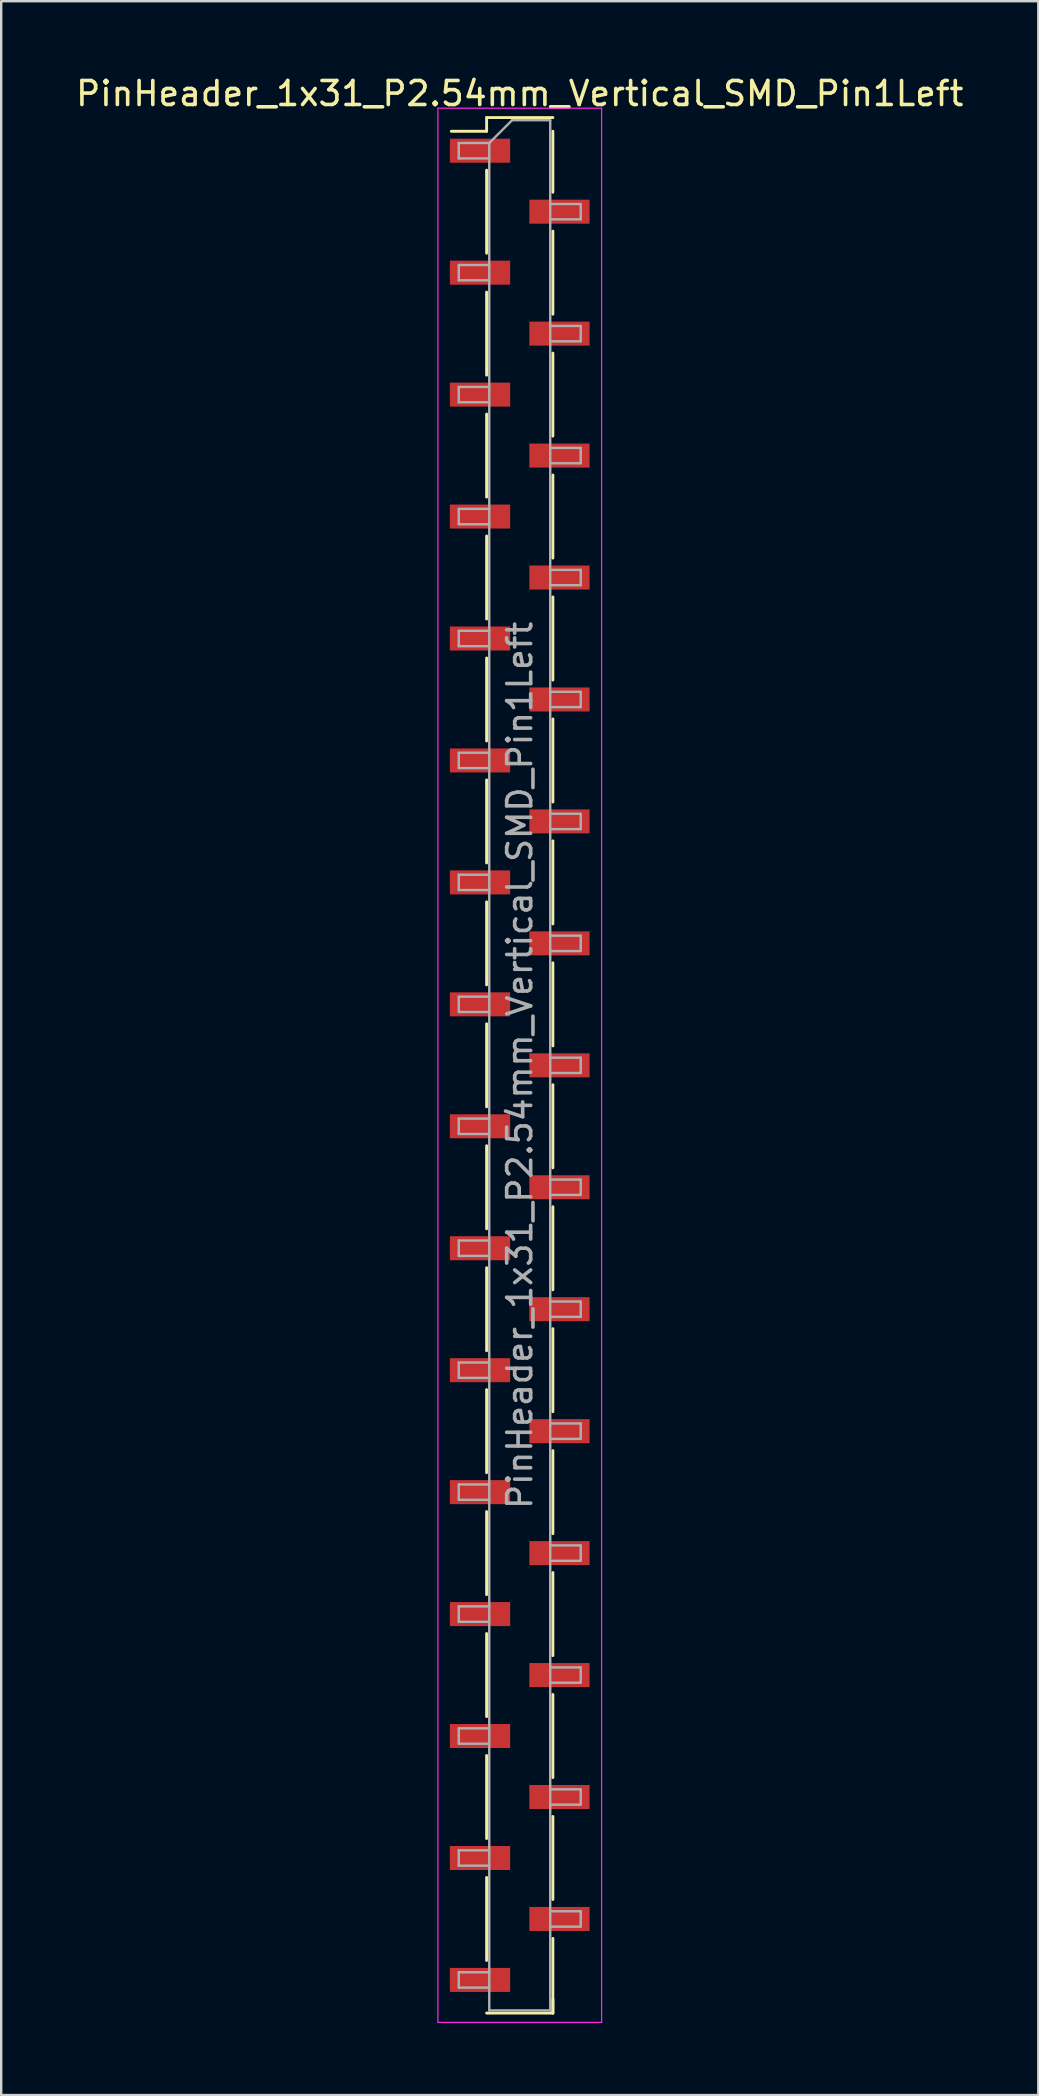
<source format=kicad_pcb>
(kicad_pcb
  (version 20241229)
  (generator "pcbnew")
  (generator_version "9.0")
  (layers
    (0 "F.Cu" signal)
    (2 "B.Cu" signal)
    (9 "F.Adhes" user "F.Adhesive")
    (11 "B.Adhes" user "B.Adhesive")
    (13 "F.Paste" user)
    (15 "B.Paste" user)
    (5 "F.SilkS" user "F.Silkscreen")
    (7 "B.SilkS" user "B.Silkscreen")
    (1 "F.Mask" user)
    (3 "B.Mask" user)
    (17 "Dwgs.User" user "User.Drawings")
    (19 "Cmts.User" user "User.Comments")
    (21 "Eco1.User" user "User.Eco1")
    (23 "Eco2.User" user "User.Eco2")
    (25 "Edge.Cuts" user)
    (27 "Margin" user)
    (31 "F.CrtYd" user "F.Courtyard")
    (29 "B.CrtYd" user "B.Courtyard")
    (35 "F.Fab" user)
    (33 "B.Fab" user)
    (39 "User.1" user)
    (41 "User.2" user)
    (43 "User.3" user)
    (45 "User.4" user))
  (footprint "PinHeader_1x31_P2.54mm_Vertical_SMD_Pin1Left"
    (layer "F.Cu")
    (at 18.601 41.328)
    (property "Reference" "PinHeader_1x31_P2.54mm_Vertical_SMD_Pin1Left" (at 0 -40.48 0) (layer "F.SilkS") (effects (font (size 1 1) (thickness 0.15))))
    (attr smd)
    (fp_line (start -1.38 -39.48) (end -1.38 -38.91) (stroke (width 0.12) (type solid)) (layer "F.SilkS"))
    (fp_line (start -1.38 -39.48) (end 1.38 -39.48) (stroke (width 0.12) (type solid)) (layer "F.SilkS"))
    (fp_line (start -1.38 -38.91) (end -2.85 -38.91) (stroke (width 0.12) (type solid)) (layer "F.SilkS"))
    (fp_line (start -1.38 -37.29) (end -1.38 -33.83) (stroke (width 0.12) (type solid)) (layer "F.SilkS"))
    (fp_line (start -1.38 -32.21) (end -1.38 -28.75) (stroke (width 0.12) (type solid)) (layer "F.SilkS"))
    (fp_line (start -1.38 -27.13) (end -1.38 -23.67) (stroke (width 0.12) (type solid)) (layer "F.SilkS"))
    (fp_line (start -1.38 -22.05) (end -1.38 -18.59) (stroke (width 0.12) (type solid)) (layer "F.SilkS"))
    (fp_line (start -1.38 -16.97) (end -1.38 -13.51) (stroke (width 0.12) (type solid)) (layer "F.SilkS"))
    (fp_line (start -1.38 -11.89) (end -1.38 -8.43) (stroke (width 0.12) (type solid)) (layer "F.SilkS"))
    (fp_line (start -1.38 -6.81) (end -1.38 -3.35) (stroke (width 0.12) (type solid)) (layer "F.SilkS"))
    (fp_line (start -1.38 -1.73) (end -1.38 1.73) (stroke (width 0.12) (type solid)) (layer "F.SilkS"))
    (fp_line (start -1.38 3.35) (end -1.38 6.81) (stroke (width 0.12) (type solid)) (layer "F.SilkS"))
    (fp_line (start -1.38 8.43) (end -1.38 11.89) (stroke (width 0.12) (type solid)) (layer "F.SilkS"))
    (fp_line (start -1.38 13.51) (end -1.38 16.97) (stroke (width 0.12) (type solid)) (layer "F.SilkS"))
    (fp_line (start -1.38 18.59) (end -1.38 22.05) (stroke (width 0.12) (type solid)) (layer "F.SilkS"))
    (fp_line (start -1.38 23.67) (end -1.38 27.13) (stroke (width 0.12) (type solid)) (layer "F.SilkS"))
    (fp_line (start -1.38 28.75) (end -1.38 32.21) (stroke (width 0.12) (type solid)) (layer "F.SilkS"))
    (fp_line (start -1.38 33.83) (end -1.38 37.29) (stroke (width 0.12) (type solid)) (layer "F.SilkS"))
    (fp_line (start -1.38 39.48) (end 1.38 39.48) (stroke (width 0.12) (type solid)) (layer "F.SilkS"))
    (fp_line (start 1.38 -38.91) (end 1.38 -36.37) (stroke (width 0.12) (type solid)) (layer "F.SilkS"))
    (fp_line (start 1.38 -34.75) (end 1.38 -31.29) (stroke (width 0.12) (type solid)) (layer "F.SilkS"))
    (fp_line (start 1.38 -29.67) (end 1.38 -26.21) (stroke (width 0.12) (type solid)) (layer "F.SilkS"))
    (fp_line (start 1.38 -24.59) (end 1.38 -21.13) (stroke (width 0.12) (type solid)) (layer "F.SilkS"))
    (fp_line (start 1.38 -19.51) (end 1.38 -16.05) (stroke (width 0.12) (type solid)) (layer "F.SilkS"))
    (fp_line (start 1.38 -14.43) (end 1.38 -10.97) (stroke (width 0.12) (type solid)) (layer "F.SilkS"))
    (fp_line (start 1.38 -9.35) (end 1.38 -5.89) (stroke (width 0.12) (type solid)) (layer "F.SilkS"))
    (fp_line (start 1.38 -4.27) (end 1.38 -0.81) (stroke (width 0.12) (type solid)) (layer "F.SilkS"))
    (fp_line (start 1.38 0.81) (end 1.38 4.27) (stroke (width 0.12) (type solid)) (layer "F.SilkS"))
    (fp_line (start 1.38 5.89) (end 1.38 9.35) (stroke (width 0.12) (type solid)) (layer "F.SilkS"))
    (fp_line (start 1.38 10.97) (end 1.38 14.43) (stroke (width 0.12) (type solid)) (layer "F.SilkS"))
    (fp_line (start 1.38 16.05) (end 1.38 19.51) (stroke (width 0.12) (type solid)) (layer "F.SilkS"))
    (fp_line (start 1.38 21.13) (end 1.38 24.59) (stroke (width 0.12) (type solid)) (layer "F.SilkS"))
    (fp_line (start 1.38 26.21) (end 1.38 29.67) (stroke (width 0.12) (type solid)) (layer "F.SilkS"))
    (fp_line (start 1.38 31.29) (end 1.38 34.75) (stroke (width 0.12) (type solid)) (layer "F.SilkS"))
    (fp_line (start 1.38 36.37) (end 1.38 39.48) (stroke (width 0.12) (type solid)) (layer "F.SilkS"))
    (fp_line (start 1.38 38.91) (end 1.38 39.48) (stroke (width 0.12) (type solid)) (layer "F.SilkS"))
    (fp_line (start -3.41 -39.87) (end -3.41 39.87) (stroke (width 0.05) (type solid)) (layer "F.CrtYd"))
    (fp_line (start -3.41 39.87) (end 3.41 39.87) (stroke (width 0.05) (type solid)) (layer "F.CrtYd"))
    (fp_line (start 3.41 -39.87) (end -3.41 -39.87) (stroke (width 0.05) (type solid)) (layer "F.CrtYd"))
    (fp_line (start 3.41 39.87) (end 3.41 -39.87) (stroke (width 0.05) (type solid)) (layer "F.CrtYd"))
    (fp_line (start -2.54 -38.42) (end -2.54 -37.78) (stroke (width 0.1) (type solid)) (layer "F.Fab"))
    (fp_line (start -2.54 -37.78) (end -1.27 -37.78) (stroke (width 0.1) (type solid)) (layer "F.Fab"))
    (fp_line (start -2.54 -33.34) (end -2.54 -32.7) (stroke (width 0.1) (type solid)) (layer "F.Fab"))
    (fp_line (start -2.54 -32.7) (end -1.27 -32.7) (stroke (width 0.1) (type solid)) (layer "F.Fab"))
    (fp_line (start -2.54 -28.26) (end -2.54 -27.62) (stroke (width 0.1) (type solid)) (layer "F.Fab"))
    (fp_line (start -2.54 -27.62) (end -1.27 -27.62) (stroke (width 0.1) (type solid)) (layer "F.Fab"))
    (fp_line (start -2.54 -23.18) (end -2.54 -22.54) (stroke (width 0.1) (type solid)) (layer "F.Fab"))
    (fp_line (start -2.54 -22.54) (end -1.27 -22.54) (stroke (width 0.1) (type solid)) (layer "F.Fab"))
    (fp_line (start -2.54 -18.1) (end -2.54 -17.46) (stroke (width 0.1) (type solid)) (layer "F.Fab"))
    (fp_line (start -2.54 -17.46) (end -1.27 -17.46) (stroke (width 0.1) (type solid)) (layer "F.Fab"))
    (fp_line (start -2.54 -13.02) (end -2.54 -12.38) (stroke (width 0.1) (type solid)) (layer "F.Fab"))
    (fp_line (start -2.54 -12.38) (end -1.27 -12.38) (stroke (width 0.1) (type solid)) (layer "F.Fab"))
    (fp_line (start -2.54 -7.94) (end -2.54 -7.3) (stroke (width 0.1) (type solid)) (layer "F.Fab"))
    (fp_line (start -2.54 -7.3) (end -1.27 -7.3) (stroke (width 0.1) (type solid)) (layer "F.Fab"))
    (fp_line (start -2.54 -2.86) (end -2.54 -2.22) (stroke (width 0.1) (type solid)) (layer "F.Fab"))
    (fp_line (start -2.54 -2.22) (end -1.27 -2.22) (stroke (width 0.1) (type solid)) (layer "F.Fab"))
    (fp_line (start -2.54 2.22) (end -2.54 2.86) (stroke (width 0.1) (type solid)) (layer "F.Fab"))
    (fp_line (start -2.54 2.86) (end -1.27 2.86) (stroke (width 0.1) (type solid)) (layer "F.Fab"))
    (fp_line (start -2.54 7.3) (end -2.54 7.94) (stroke (width 0.1) (type solid)) (layer "F.Fab"))
    (fp_line (start -2.54 7.94) (end -1.27 7.94) (stroke (width 0.1) (type solid)) (layer "F.Fab"))
    (fp_line (start -2.54 12.38) (end -2.54 13.02) (stroke (width 0.1) (type solid)) (layer "F.Fab"))
    (fp_line (start -2.54 13.02) (end -1.27 13.02) (stroke (width 0.1) (type solid)) (layer "F.Fab"))
    (fp_line (start -2.54 17.46) (end -2.54 18.1) (stroke (width 0.1) (type solid)) (layer "F.Fab"))
    (fp_line (start -2.54 18.1) (end -1.27 18.1) (stroke (width 0.1) (type solid)) (layer "F.Fab"))
    (fp_line (start -2.54 22.54) (end -2.54 23.18) (stroke (width 0.1) (type solid)) (layer "F.Fab"))
    (fp_line (start -2.54 23.18) (end -1.27 23.18) (stroke (width 0.1) (type solid)) (layer "F.Fab"))
    (fp_line (start -2.54 27.62) (end -2.54 28.26) (stroke (width 0.1) (type solid)) (layer "F.Fab"))
    (fp_line (start -2.54 28.26) (end -1.27 28.26) (stroke (width 0.1) (type solid)) (layer "F.Fab"))
    (fp_line (start -2.54 32.7) (end -2.54 33.34) (stroke (width 0.1) (type solid)) (layer "F.Fab"))
    (fp_line (start -2.54 33.34) (end -1.27 33.34) (stroke (width 0.1) (type solid)) (layer "F.Fab"))
    (fp_line (start -2.54 37.78) (end -2.54 38.42) (stroke (width 0.1) (type solid)) (layer "F.Fab"))
    (fp_line (start -2.54 38.42) (end -1.27 38.42) (stroke (width 0.1) (type solid)) (layer "F.Fab"))
    (fp_line (start -1.27 -38.42) (end -2.54 -38.42) (stroke (width 0.1) (type solid)) (layer "F.Fab"))
    (fp_line (start -1.27 -38.42) (end -0.32 -39.37) (stroke (width 0.1) (type solid)) (layer "F.Fab"))
    (fp_line (start -1.27 -33.34) (end -2.54 -33.34) (stroke (width 0.1) (type solid)) (layer "F.Fab"))
    (fp_line (start -1.27 -28.26) (end -2.54 -28.26) (stroke (width 0.1) (type solid)) (layer "F.Fab"))
    (fp_line (start -1.27 -23.18) (end -2.54 -23.18) (stroke (width 0.1) (type solid)) (layer "F.Fab"))
    (fp_line (start -1.27 -18.1) (end -2.54 -18.1) (stroke (width 0.1) (type solid)) (layer "F.Fab"))
    (fp_line (start -1.27 -13.02) (end -2.54 -13.02) (stroke (width 0.1) (type solid)) (layer "F.Fab"))
    (fp_line (start -1.27 -7.94) (end -2.54 -7.94) (stroke (width 0.1) (type solid)) (layer "F.Fab"))
    (fp_line (start -1.27 -2.86) (end -2.54 -2.86) (stroke (width 0.1) (type solid)) (layer "F.Fab"))
    (fp_line (start -1.27 2.22) (end -2.54 2.22) (stroke (width 0.1) (type solid)) (layer "F.Fab"))
    (fp_line (start -1.27 7.3) (end -2.54 7.3) (stroke (width 0.1) (type solid)) (layer "F.Fab"))
    (fp_line (start -1.27 12.38) (end -2.54 12.38) (stroke (width 0.1) (type solid)) (layer "F.Fab"))
    (fp_line (start -1.27 17.46) (end -2.54 17.46) (stroke (width 0.1) (type solid)) (layer "F.Fab"))
    (fp_line (start -1.27 22.54) (end -2.54 22.54) (stroke (width 0.1) (type solid)) (layer "F.Fab"))
    (fp_line (start -1.27 27.62) (end -2.54 27.62) (stroke (width 0.1) (type solid)) (layer "F.Fab"))
    (fp_line (start -1.27 32.7) (end -2.54 32.7) (stroke (width 0.1) (type solid)) (layer "F.Fab"))
    (fp_line (start -1.27 37.78) (end -2.54 37.78) (stroke (width 0.1) (type solid)) (layer "F.Fab"))
    (fp_line (start -1.27 39.37) (end -1.27 -38.42) (stroke (width 0.1) (type solid)) (layer "F.Fab"))
    (fp_line (start -0.32 -39.37) (end 1.27 -39.37) (stroke (width 0.1) (type solid)) (layer "F.Fab"))
    (fp_line (start 1.27 -39.37) (end 1.27 39.37) (stroke (width 0.1) (type solid)) (layer "F.Fab"))
    (fp_line (start 1.27 -35.88) (end 2.54 -35.88) (stroke (width 0.1) (type solid)) (layer "F.Fab"))
    (fp_line (start 1.27 -30.8) (end 2.54 -30.8) (stroke (width 0.1) (type solid)) (layer "F.Fab"))
    (fp_line (start 1.27 -25.72) (end 2.54 -25.72) (stroke (width 0.1) (type solid)) (layer "F.Fab"))
    (fp_line (start 1.27 -20.64) (end 2.54 -20.64) (stroke (width 0.1) (type solid)) (layer "F.Fab"))
    (fp_line (start 1.27 -15.56) (end 2.54 -15.56) (stroke (width 0.1) (type solid)) (layer "F.Fab"))
    (fp_line (start 1.27 -10.48) (end 2.54 -10.48) (stroke (width 0.1) (type solid)) (layer "F.Fab"))
    (fp_line (start 1.27 -5.4) (end 2.54 -5.4) (stroke (width 0.1) (type solid)) (layer "F.Fab"))
    (fp_line (start 1.27 -0.32) (end 2.54 -0.32) (stroke (width 0.1) (type solid)) (layer "F.Fab"))
    (fp_line (start 1.27 4.76) (end 2.54 4.76) (stroke (width 0.1) (type solid)) (layer "F.Fab"))
    (fp_line (start 1.27 9.84) (end 2.54 9.84) (stroke (width 0.1) (type solid)) (layer "F.Fab"))
    (fp_line (start 1.27 14.92) (end 2.54 14.92) (stroke (width 0.1) (type solid)) (layer "F.Fab"))
    (fp_line (start 1.27 20) (end 2.54 20) (stroke (width 0.1) (type solid)) (layer "F.Fab"))
    (fp_line (start 1.27 25.08) (end 2.54 25.08) (stroke (width 0.1) (type solid)) (layer "F.Fab"))
    (fp_line (start 1.27 30.16) (end 2.54 30.16) (stroke (width 0.1) (type solid)) (layer "F.Fab"))
    (fp_line (start 1.27 35.24) (end 2.54 35.24) (stroke (width 0.1) (type solid)) (layer "F.Fab"))
    (fp_line (start 1.27 39.37) (end -1.27 39.37) (stroke (width 0.1) (type solid)) (layer "F.Fab"))
    (fp_line (start 2.54 -35.88) (end 2.54 -35.24) (stroke (width 0.1) (type solid)) (layer "F.Fab"))
    (fp_line (start 2.54 -35.24) (end 1.27 -35.24) (stroke (width 0.1) (type solid)) (layer "F.Fab"))
    (fp_line (start 2.54 -30.8) (end 2.54 -30.16) (stroke (width 0.1) (type solid)) (layer "F.Fab"))
    (fp_line (start 2.54 -30.16) (end 1.27 -30.16) (stroke (width 0.1) (type solid)) (layer "F.Fab"))
    (fp_line (start 2.54 -25.72) (end 2.54 -25.08) (stroke (width 0.1) (type solid)) (layer "F.Fab"))
    (fp_line (start 2.54 -25.08) (end 1.27 -25.08) (stroke (width 0.1) (type solid)) (layer "F.Fab"))
    (fp_line (start 2.54 -20.64) (end 2.54 -20) (stroke (width 0.1) (type solid)) (layer "F.Fab"))
    (fp_line (start 2.54 -20) (end 1.27 -20) (stroke (width 0.1) (type solid)) (layer "F.Fab"))
    (fp_line (start 2.54 -15.56) (end 2.54 -14.92) (stroke (width 0.1) (type solid)) (layer "F.Fab"))
    (fp_line (start 2.54 -14.92) (end 1.27 -14.92) (stroke (width 0.1) (type solid)) (layer "F.Fab"))
    (fp_line (start 2.54 -10.48) (end 2.54 -9.84) (stroke (width 0.1) (type solid)) (layer "F.Fab"))
    (fp_line (start 2.54 -9.84) (end 1.27 -9.84) (stroke (width 0.1) (type solid)) (layer "F.Fab"))
    (fp_line (start 2.54 -5.4) (end 2.54 -4.76) (stroke (width 0.1) (type solid)) (layer "F.Fab"))
    (fp_line (start 2.54 -4.76) (end 1.27 -4.76) (stroke (width 0.1) (type solid)) (layer "F.Fab"))
    (fp_line (start 2.54 -0.32) (end 2.54 0.32) (stroke (width 0.1) (type solid)) (layer "F.Fab"))
    (fp_line (start 2.54 0.32) (end 1.27 0.32) (stroke (width 0.1) (type solid)) (layer "F.Fab"))
    (fp_line (start 2.54 4.76) (end 2.54 5.4) (stroke (width 0.1) (type solid)) (layer "F.Fab"))
    (fp_line (start 2.54 5.4) (end 1.27 5.4) (stroke (width 0.1) (type solid)) (layer "F.Fab"))
    (fp_line (start 2.54 9.84) (end 2.54 10.48) (stroke (width 0.1) (type solid)) (layer "F.Fab"))
    (fp_line (start 2.54 10.48) (end 1.27 10.48) (stroke (width 0.1) (type solid)) (layer "F.Fab"))
    (fp_line (start 2.54 14.92) (end 2.54 15.56) (stroke (width 0.1) (type solid)) (layer "F.Fab"))
    (fp_line (start 2.54 15.56) (end 1.27 15.56) (stroke (width 0.1) (type solid)) (layer "F.Fab"))
    (fp_line (start 2.54 20) (end 2.54 20.64) (stroke (width 0.1) (type solid)) (layer "F.Fab"))
    (fp_line (start 2.54 20.64) (end 1.27 20.64) (stroke (width 0.1) (type solid)) (layer "F.Fab"))
    (fp_line (start 2.54 25.08) (end 2.54 25.72) (stroke (width 0.1) (type solid)) (layer "F.Fab"))
    (fp_line (start 2.54 25.72) (end 1.27 25.72) (stroke (width 0.1) (type solid)) (layer "F.Fab"))
    (fp_line (start 2.54 30.16) (end 2.54 30.8) (stroke (width 0.1) (type solid)) (layer "F.Fab"))
    (fp_line (start 2.54 30.8) (end 1.27 30.8) (stroke (width 0.1) (type solid)) (layer "F.Fab"))
    (fp_line (start 2.54 35.24) (end 2.54 35.88) (stroke (width 0.1) (type solid)) (layer "F.Fab"))
    (fp_line (start 2.54 35.88) (end 1.27 35.88) (stroke (width 0.1) (type solid)) (layer "F.Fab"))
    (fp_text user "${REFERENCE}" (at 0 0 90) (layer "F.Fab") (effects (font (size 1 1) (thickness 0.15))))
    (pad "1" smd rect (at -1.655 -38.1) (size 2.51 1) (layers "F.Cu" "F.Mask" "F.Paste"))
    (pad "2" smd rect (at 1.655 -35.56) (size 2.51 1) (layers "F.Cu" "F.Mask" "F.Paste"))
    (pad "3" smd rect (at -1.655 -33.02) (size 2.51 1) (layers "F.Cu" "F.Mask" "F.Paste"))
    (pad "4" smd rect (at 1.655 -30.48) (size 2.51 1) (layers "F.Cu" "F.Mask" "F.Paste"))
    (pad "5" smd rect (at -1.655 -27.94) (size 2.51 1) (layers "F.Cu" "F.Mask" "F.Paste"))
    (pad "6" smd rect (at 1.655 -25.4) (size 2.51 1) (layers "F.Cu" "F.Mask" "F.Paste"))
    (pad "7" smd rect (at -1.655 -22.86) (size 2.51 1) (layers "F.Cu" "F.Mask" "F.Paste"))
    (pad "8" smd rect (at 1.655 -20.32) (size 2.51 1) (layers "F.Cu" "F.Mask" "F.Paste"))
    (pad "9" smd rect (at -1.655 -17.78) (size 2.51 1) (layers "F.Cu" "F.Mask" "F.Paste"))
    (pad "10" smd rect (at 1.655 -15.24) (size 2.51 1) (layers "F.Cu" "F.Mask" "F.Paste"))
    (pad "11" smd rect (at -1.655 -12.7) (size 2.51 1) (layers "F.Cu" "F.Mask" "F.Paste"))
    (pad "12" smd rect (at 1.655 -10.16) (size 2.51 1) (layers "F.Cu" "F.Mask" "F.Paste"))
    (pad "13" smd rect (at -1.655 -7.62) (size 2.51 1) (layers "F.Cu" "F.Mask" "F.Paste"))
    (pad "14" smd rect (at 1.655 -5.08) (size 2.51 1) (layers "F.Cu" "F.Mask" "F.Paste"))
    (pad "15" smd rect (at -1.655 -2.54) (size 2.51 1) (layers "F.Cu" "F.Mask" "F.Paste"))
    (pad "16" smd rect (at 1.655 0) (size 2.51 1) (layers "F.Cu" "F.Mask" "F.Paste"))
    (pad "17" smd rect (at -1.655 2.54) (size 2.51 1) (layers "F.Cu" "F.Mask" "F.Paste"))
    (pad "18" smd rect (at 1.655 5.08) (size 2.51 1) (layers "F.Cu" "F.Mask" "F.Paste"))
    (pad "19" smd rect (at -1.655 7.62) (size 2.51 1) (layers "F.Cu" "F.Mask" "F.Paste"))
    (pad "20" smd rect (at 1.655 10.16) (size 2.51 1) (layers "F.Cu" "F.Mask" "F.Paste"))
    (pad "21" smd rect (at -1.655 12.7) (size 2.51 1) (layers "F.Cu" "F.Mask" "F.Paste"))
    (pad "22" smd rect (at 1.655 15.24) (size 2.51 1) (layers "F.Cu" "F.Mask" "F.Paste"))
    (pad "23" smd rect (at -1.655 17.78) (size 2.51 1) (layers "F.Cu" "F.Mask" "F.Paste"))
    (pad "24" smd rect (at 1.655 20.32) (size 2.51 1) (layers "F.Cu" "F.Mask" "F.Paste"))
    (pad "25" smd rect (at -1.655 22.86) (size 2.51 1) (layers "F.Cu" "F.Mask" "F.Paste"))
    (pad "26" smd rect (at 1.655 25.4) (size 2.51 1) (layers "F.Cu" "F.Mask" "F.Paste"))
    (pad "27" smd rect (at -1.655 27.94) (size 2.51 1) (layers "F.Cu" "F.Mask" "F.Paste"))
    (pad "28" smd rect (at 1.655 30.48) (size 2.51 1) (layers "F.Cu" "F.Mask" "F.Paste"))
    (pad "29" smd rect (at -1.655 33.02) (size 2.51 1) (layers "F.Cu" "F.Mask" "F.Paste"))
    (pad "30" smd rect (at 1.655 35.56) (size 2.51 1) (layers "F.Cu" "F.Mask" "F.Paste"))
    (pad "31" smd rect (at -1.655 38.1) (size 2.51 1) (layers "F.Cu" "F.Mask" "F.Paste")))
  (gr_rect
    (start -3 -3)
    (end 40.202 84.223)
    (stroke (width 0.1) (type default))
    (fill no)
    (layer "Edge.Cuts")))
</source>
